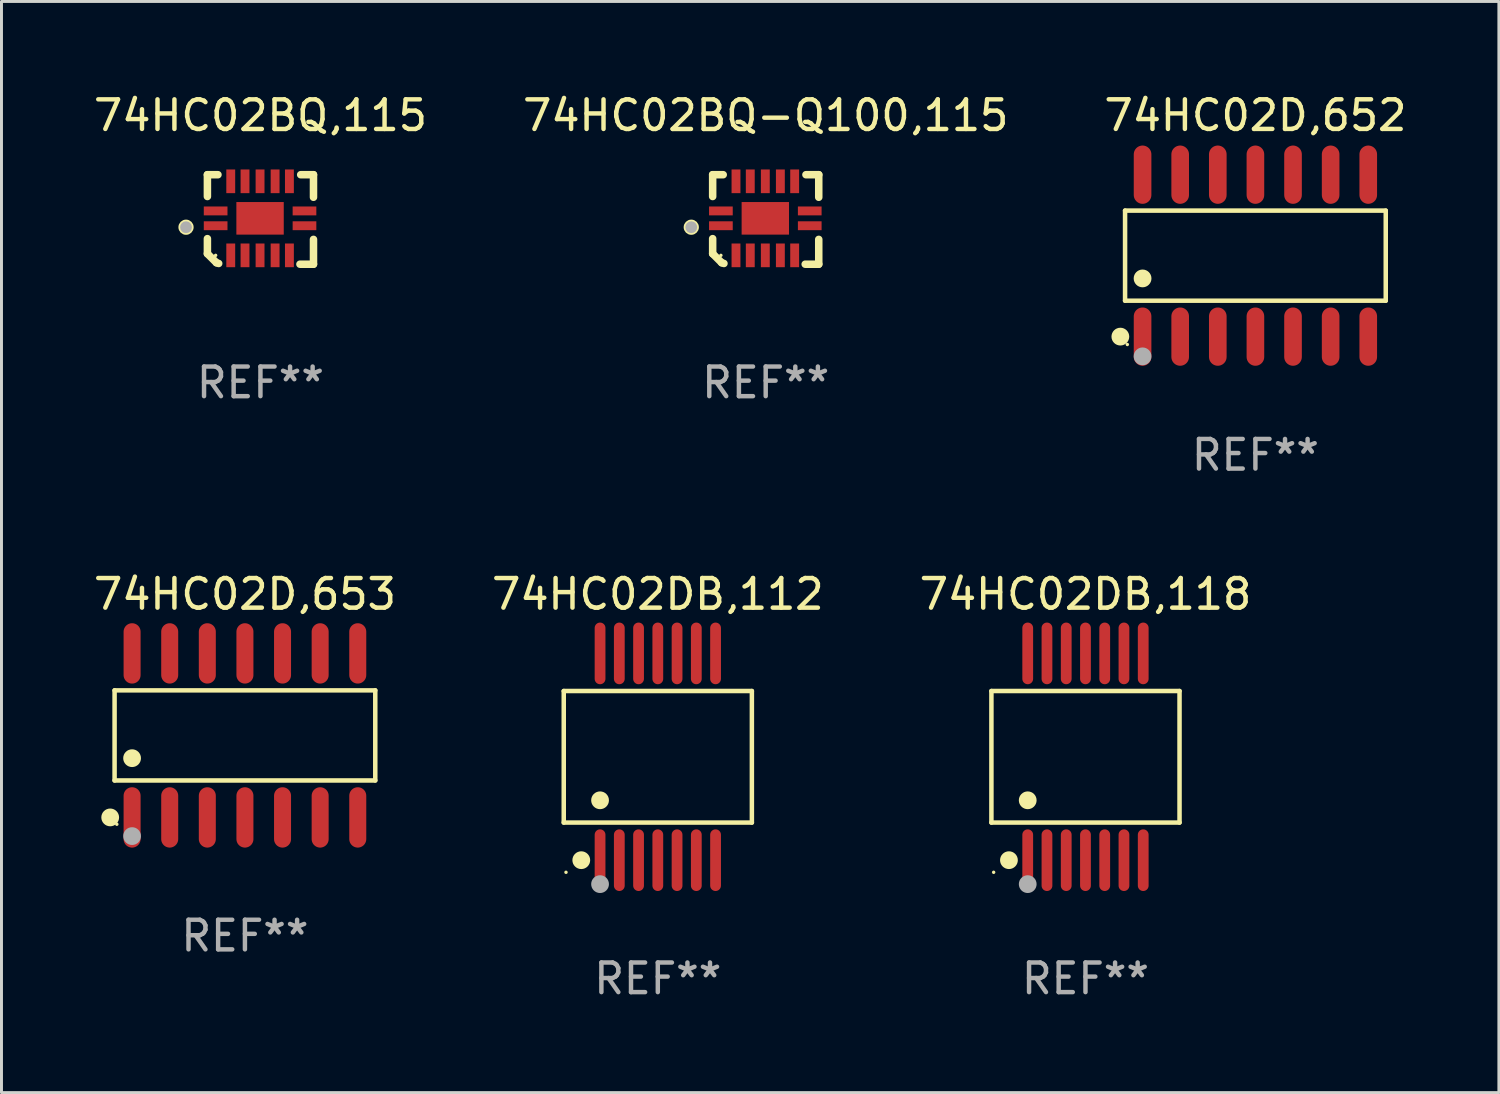
<source format=kicad_pcb>
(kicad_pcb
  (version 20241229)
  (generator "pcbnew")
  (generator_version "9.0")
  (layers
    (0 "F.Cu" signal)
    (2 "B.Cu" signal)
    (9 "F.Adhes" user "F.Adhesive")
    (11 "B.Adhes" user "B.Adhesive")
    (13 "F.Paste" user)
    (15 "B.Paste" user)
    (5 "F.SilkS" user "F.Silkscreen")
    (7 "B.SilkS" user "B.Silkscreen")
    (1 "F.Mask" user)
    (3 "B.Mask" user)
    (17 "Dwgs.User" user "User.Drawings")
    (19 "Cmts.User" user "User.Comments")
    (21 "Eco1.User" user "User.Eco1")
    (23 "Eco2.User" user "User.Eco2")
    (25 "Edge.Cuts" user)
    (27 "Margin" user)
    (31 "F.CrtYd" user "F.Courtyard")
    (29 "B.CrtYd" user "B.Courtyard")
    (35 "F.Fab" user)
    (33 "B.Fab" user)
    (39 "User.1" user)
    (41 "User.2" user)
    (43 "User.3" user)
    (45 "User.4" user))
  (footprint "74HC02D,653"
    (layer "F.Cu")
    (at 5.22 21.781)
    (property "Reference" "74HC02D,653" (at 0 -4.769 0) (layer "F.SilkS") (effects (font (size 1 1) (thickness 0.15))))
    (attr through_hole)
    (fp_line (start -4.401 -1.521) (end 4.401 -1.521) (stroke (width 0.152) (type solid)) (layer "F.SilkS"))
    (fp_line (start -4.401 1.521) (end -4.401 -1.521) (stroke (width 0.152) (type solid)) (layer "F.SilkS"))
    (fp_line (start 4.401 -1.521) (end 4.401 1.521) (stroke (width 0.152) (type solid)) (layer "F.SilkS"))
    (fp_line (start 4.401 1.521) (end -4.401 1.521) (stroke (width 0.152) (type solid)) (layer "F.SilkS"))
    (fp_circle (center -4.549 2.769) (end -4.399 2.769) (stroke (width 0.3) (type solid)) (fill no) (layer "F.SilkS"))
    (fp_circle (center -4.325 3) (end -4.295 3) (stroke (width 0.06) (type solid)) (fill no) (layer "F.SilkS"))
    (fp_circle (center -3.81 0.769) (end -3.66 0.769) (stroke (width 0.3) (type solid)) (fill no) (layer "F.SilkS"))
    (fp_circle (center -3.81 3.4) (end -3.66 3.4) (stroke (width 0.3) (type solid)) (fill no) (layer "F.Fab"))
    (fp_text user "REF**" (at 0 6.769 0) (layer "F.Fab") (effects (font (size 1 1) (thickness 0.15))))
    (pad "1" smd oval (at -3.81 2.769) (size 0.574 2.038) (layers "F.Cu" "F.Mask" "F.Paste"))
    (pad "2" smd oval (at -2.54 2.769) (size 0.574 2.038) (layers "F.Cu" "F.Mask" "F.Paste"))
    (pad "3" smd oval (at -1.27 2.769) (size 0.574 2.038) (layers "F.Cu" "F.Mask" "F.Paste"))
    (pad "4" smd oval (at 0 2.769) (size 0.574 2.038) (layers "F.Cu" "F.Mask" "F.Paste"))
    (pad "5" smd oval (at 1.27 2.769) (size 0.574 2.038) (layers "F.Cu" "F.Mask" "F.Paste"))
    (pad "6" smd oval (at 2.54 2.769) (size 0.574 2.038) (layers "F.Cu" "F.Mask" "F.Paste"))
    (pad "7" smd oval (at 3.81 2.769) (size 0.574 2.038) (layers "F.Cu" "F.Mask" "F.Paste"))
    (pad "8" smd oval (at 3.81 -2.769) (size 0.574 2.038) (layers "F.Cu" "F.Mask" "F.Paste"))
    (pad "9" smd oval (at 2.54 -2.769) (size 0.574 2.038) (layers "F.Cu" "F.Mask" "F.Paste"))
    (pad "10" smd oval (at 1.27 -2.769) (size 0.574 2.038) (layers "F.Cu" "F.Mask" "F.Paste"))
    (pad "11" smd oval (at 0 -2.769) (size 0.574 2.038) (layers "F.Cu" "F.Mask" "F.Paste"))
    (pad "12" smd oval (at -1.27 -2.769) (size 0.574 2.038) (layers "F.Cu" "F.Mask" "F.Paste"))
    (pad "13" smd oval (at -2.54 -2.769) (size 0.574 2.038) (layers "F.Cu" "F.Mask" "F.Paste"))
    (pad "14" smd oval (at -3.81 -2.769) (size 0.574 2.038) (layers "F.Cu" "F.Mask" "F.Paste")))
  (footprint "74HC02D,652"
    (layer "F.Cu")
    (at 39.339 5.582)
    (property "Reference" "74HC02D,652" (at 0 -4.734 0) (layer "F.SilkS") (effects (font (size 1 1) (thickness 0.15))))
    (attr through_hole)
    (fp_line (start -4.401 -1.521) (end 4.401 -1.521) (stroke (width 0.152) (type solid)) (layer "F.SilkS"))
    (fp_line (start -4.401 1.521) (end -4.401 -1.521) (stroke (width 0.152) (type solid)) (layer "F.SilkS"))
    (fp_line (start 4.401 -1.521) (end 4.401 1.521) (stroke (width 0.152) (type solid)) (layer "F.SilkS"))
    (fp_line (start 4.401 1.521) (end -4.401 1.521) (stroke (width 0.152) (type solid)) (layer "F.SilkS"))
    (fp_circle (center -4.56 2.734) (end -4.41 2.734) (stroke (width 0.3) (type solid)) (fill no) (layer "F.SilkS"))
    (fp_circle (center -4.325 3) (end -4.295 3) (stroke (width 0.06) (type solid)) (fill no) (layer "F.SilkS"))
    (fp_circle (center -3.81 0.769) (end -3.66 0.769) (stroke (width 0.3) (type solid)) (fill no) (layer "F.SilkS"))
    (fp_circle (center -3.81 3.4) (end -3.66 3.4) (stroke (width 0.3) (type solid)) (fill no) (layer "F.Fab"))
    (fp_text user "REF**" (at 0 6.734 0) (layer "F.Fab") (effects (font (size 1 1) (thickness 0.15))))
    (pad "1" smd oval (at -3.81 2.734) (size 0.595 1.968) (layers "F.Cu" "F.Mask" "F.Paste"))
    (pad "2" smd oval (at -2.54 2.734) (size 0.595 1.968) (layers "F.Cu" "F.Mask" "F.Paste"))
    (pad "3" smd oval (at -1.27 2.734) (size 0.595 1.968) (layers "F.Cu" "F.Mask" "F.Paste"))
    (pad "4" smd oval (at 0 2.734) (size 0.595 1.968) (layers "F.Cu" "F.Mask" "F.Paste"))
    (pad "5" smd oval (at 1.27 2.734) (size 0.595 1.968) (layers "F.Cu" "F.Mask" "F.Paste"))
    (pad "6" smd oval (at 2.54 2.734) (size 0.595 1.968) (layers "F.Cu" "F.Mask" "F.Paste"))
    (pad "7" smd oval (at 3.81 2.734) (size 0.595 1.968) (layers "F.Cu" "F.Mask" "F.Paste"))
    (pad "8" smd oval (at 3.81 -2.734) (size 0.595 1.968) (layers "F.Cu" "F.Mask" "F.Paste"))
    (pad "9" smd oval (at 2.54 -2.734) (size 0.595 1.968) (layers "F.Cu" "F.Mask" "F.Paste"))
    (pad "10" smd oval (at 1.27 -2.734) (size 0.595 1.968) (layers "F.Cu" "F.Mask" "F.Paste"))
    (pad "11" smd oval (at 0 -2.734) (size 0.595 1.968) (layers "F.Cu" "F.Mask" "F.Paste"))
    (pad "12" smd oval (at -1.27 -2.734) (size 0.595 1.968) (layers "F.Cu" "F.Mask" "F.Paste"))
    (pad "13" smd oval (at -2.54 -2.734) (size 0.595 1.968) (layers "F.Cu" "F.Mask" "F.Paste"))
    (pad "14" smd oval (at -3.81 -2.734) (size 0.595 1.968) (layers "F.Cu" "F.Mask" "F.Paste")))
  (footprint "74HC02BQ-Q100,115"
    (layer "F.Cu")
    (at 22.804 4.36)
    (property "Reference" "74HC02BQ-Q100,115" (at 0 -3.511 0) (layer "F.SilkS") (effects (font (size 1 1) (thickness 0.15))))
    (attr through_hole)
    (fp_line (start -1.791 -1.511) (end -1.435 -1.511) (stroke (width 0.254) (type solid)) (layer "F.SilkS"))
    (fp_line (start -1.791 -0.775) (end -1.791 -1.511) (stroke (width 0.254) (type solid)) (layer "F.SilkS"))
    (fp_line (start -1.791 1.156) (end -1.791 0.648) (stroke (width 0.254) (type solid)) (layer "F.SilkS"))
    (fp_line (start -1.486 1.461) (end -1.791 1.156) (stroke (width 0.254) (type solid)) (layer "F.SilkS"))
    (fp_line (start -1.41 1.486) (end -1.486 1.461) (stroke (width 0.254) (type solid)) (layer "F.SilkS"))
    (fp_line (start 1.334 1.511) (end 1.791 1.511) (stroke (width 0.254) (type solid)) (layer "F.SilkS"))
    (fp_line (start 1.791 -1.511) (end 1.359 -1.511) (stroke (width 0.254) (type solid)) (layer "F.SilkS"))
    (fp_line (start 1.791 -0.749) (end 1.791 -1.511) (stroke (width 0.254) (type solid)) (layer "F.SilkS"))
    (fp_line (start 1.791 1.511) (end 1.791 0.673) (stroke (width 0.254) (type solid)) (layer "F.SilkS"))
    (fp_circle (center -2.513 0.262) (end -2.383 0.262) (stroke (width 0.254) (type solid)) (fill no) (layer "F.SilkS"))
    (fp_circle (center -1.513 1.212) (end -1.483 1.212) (stroke (width 0.06) (type solid)) (fill no) (layer "F.SilkS"))
    (fp_circle (center -2.513 0.262) (end -2.413 0.262) (stroke (width 0.2) (type solid)) (fill no) (layer "F.Fab"))
    (fp_text user "REF**" (at 0 5.511 0) (layer "F.Fab") (effects (font (size 1 1) (thickness 0.15))))
    (pad "1" smd rect (at -1.513 0.212) (size 0.8 0.3) (layers "F.Cu" "F.Mask" "F.Paste"))
    (pad "2" smd rect (at -1.003 1.212) (size 0.3 0.8) (layers "F.Cu" "F.Mask" "F.Paste"))
    (pad "3" smd rect (at -0.521 1.212) (size 0.3 0.8) (layers "F.Cu" "F.Mask" "F.Paste"))
    (pad "4" smd rect (at -0.013 1.212) (size 0.3 0.8) (layers "F.Cu" "F.Mask" "F.Paste"))
    (pad "5" smd rect (at 0.495 1.212) (size 0.3 0.8) (layers "F.Cu" "F.Mask" "F.Paste"))
    (pad "6" smd rect (at 0.978 1.212) (size 0.3 0.8) (layers "F.Cu" "F.Mask" "F.Paste"))
    (pad "7" smd rect (at 1.487 0.212) (size 0.8 0.3) (layers "F.Cu" "F.Mask" "F.Paste"))
    (pad "8" smd rect (at 1.487 -0.288) (size 0.8 0.3) (layers "F.Cu" "F.Mask" "F.Paste"))
    (pad "9" smd rect (at 0.978 -1.288) (size 0.3 0.8) (layers "F.Cu" "F.Mask" "F.Paste"))
    (pad "10" smd rect (at 0.495 -1.288) (size 0.3 0.8) (layers "F.Cu" "F.Mask" "F.Paste"))
    (pad "11" smd rect (at -0.013 -1.288) (size 0.3 0.8) (layers "F.Cu" "F.Mask" "F.Paste"))
    (pad "12" smd rect (at -0.521 -1.288) (size 0.3 0.8) (layers "F.Cu" "F.Mask" "F.Paste"))
    (pad "13" smd rect (at -1.003 -1.288) (size 0.3 0.8) (layers "F.Cu" "F.Mask" "F.Paste"))
    (pad "14" smd rect (at -1.513 -0.288) (size 0.8 0.3) (layers "F.Cu" "F.Mask" "F.Paste"))
    (pad "15" smd rect (at -0.013 -0.038 90) (size 1.1 1.6) (layers "F.Cu" "F.Mask" "F.Paste")))
  (footprint "74HC02DB,112"
    (layer "F.Cu")
    (at 19.161 22.503)
    (property "Reference" "74HC02DB,112" (at 0 -5.491 0) (layer "F.SilkS") (effects (font (size 1 1) (thickness 0.15))))
    (attr through_hole)
    (fp_line (start -3.176 -2.221) (end 3.176 -2.221) (stroke (width 0.152) (type solid)) (layer "F.SilkS"))
    (fp_line (start -3.176 2.221) (end -3.176 -2.221) (stroke (width 0.152) (type solid)) (layer "F.SilkS"))
    (fp_line (start 3.176 -2.221) (end 3.176 2.221) (stroke (width 0.152) (type solid)) (layer "F.SilkS"))
    (fp_line (start 3.176 2.221) (end -3.176 2.221) (stroke (width 0.152) (type solid)) (layer "F.SilkS"))
    (fp_circle (center -3.1 3.9) (end -3.07 3.9) (stroke (width 0.06) (type solid)) (fill no) (layer "F.SilkS"))
    (fp_circle (center -2.584 3.491) (end -2.434 3.491) (stroke (width 0.3) (type solid)) (fill no) (layer "F.SilkS"))
    (fp_circle (center -1.95 1.469) (end -1.8 1.469) (stroke (width 0.3) (type solid)) (fill no) (layer "F.SilkS"))
    (fp_circle (center -1.95 4.3) (end -1.8 4.3) (stroke (width 0.3) (type solid)) (fill no) (layer "F.Fab"))
    (fp_text user "REF**" (at 0 7.491 0) (layer "F.Fab") (effects (font (size 1 1) (thickness 0.15))))
    (pad "1" smd oval (at -1.95 3.491) (size 0.364 2.082) (layers "F.Cu" "F.Mask" "F.Paste"))
    (pad "2" smd oval (at -1.3 3.491) (size 0.364 2.082) (layers "F.Cu" "F.Mask" "F.Paste"))
    (pad "3" smd oval (at -0.65 3.491) (size 0.364 2.082) (layers "F.Cu" "F.Mask" "F.Paste"))
    (pad "4" smd oval (at 0 3.491) (size 0.364 2.082) (layers "F.Cu" "F.Mask" "F.Paste"))
    (pad "5" smd oval (at 0.65 3.491) (size 0.364 2.082) (layers "F.Cu" "F.Mask" "F.Paste"))
    (pad "6" smd oval (at 1.3 3.491) (size 0.364 2.082) (layers "F.Cu" "F.Mask" "F.Paste"))
    (pad "7" smd oval (at 1.95 3.491) (size 0.364 2.082) (layers "F.Cu" "F.Mask" "F.Paste"))
    (pad "8" smd oval (at 1.95 -3.491) (size 0.364 2.082) (layers "F.Cu" "F.Mask" "F.Paste"))
    (pad "9" smd oval (at 1.3 -3.491) (size 0.364 2.082) (layers "F.Cu" "F.Mask" "F.Paste"))
    (pad "10" smd oval (at 0.65 -3.491) (size 0.364 2.082) (layers "F.Cu" "F.Mask" "F.Paste"))
    (pad "11" smd oval (at 0 -3.491) (size 0.364 2.082) (layers "F.Cu" "F.Mask" "F.Paste"))
    (pad "12" smd oval (at -0.65 -3.491) (size 0.364 2.082) (layers "F.Cu" "F.Mask" "F.Paste"))
    (pad "13" smd oval (at -1.3 -3.491) (size 0.364 2.082) (layers "F.Cu" "F.Mask" "F.Paste"))
    (pad "14" smd oval (at -1.95 -3.491) (size 0.364 2.082) (layers "F.Cu" "F.Mask" "F.Paste")))
  (footprint "74HC02BQ,115"
    (layer "F.Cu")
    (at 5.744 4.36)
    (property "Reference" "74HC02BQ,115" (at 0 -3.511 0) (layer "F.SilkS") (effects (font (size 1 1) (thickness 0.15))))
    (attr through_hole)
    (fp_line (start -1.791 -1.511) (end -1.435 -1.511) (stroke (width 0.254) (type solid)) (layer "F.SilkS"))
    (fp_line (start -1.791 -0.775) (end -1.791 -1.511) (stroke (width 0.254) (type solid)) (layer "F.SilkS"))
    (fp_line (start -1.791 1.156) (end -1.791 0.648) (stroke (width 0.254) (type solid)) (layer "F.SilkS"))
    (fp_line (start -1.486 1.461) (end -1.791 1.156) (stroke (width 0.254) (type solid)) (layer "F.SilkS"))
    (fp_line (start -1.41 1.486) (end -1.486 1.461) (stroke (width 0.254) (type solid)) (layer "F.SilkS"))
    (fp_line (start 1.334 1.511) (end 1.791 1.511) (stroke (width 0.254) (type solid)) (layer "F.SilkS"))
    (fp_line (start 1.791 -1.511) (end 1.359 -1.511) (stroke (width 0.254) (type solid)) (layer "F.SilkS"))
    (fp_line (start 1.791 -0.749) (end 1.791 -1.511) (stroke (width 0.254) (type solid)) (layer "F.SilkS"))
    (fp_line (start 1.791 1.511) (end 1.791 0.673) (stroke (width 0.254) (type solid)) (layer "F.SilkS"))
    (fp_circle (center -2.513 0.262) (end -2.383 0.262) (stroke (width 0.254) (type solid)) (fill no) (layer "F.SilkS"))
    (fp_circle (center -1.513 1.212) (end -1.483 1.212) (stroke (width 0.06) (type solid)) (fill no) (layer "F.SilkS"))
    (fp_circle (center -2.513 0.262) (end -2.413 0.262) (stroke (width 0.2) (type solid)) (fill no) (layer "F.Fab"))
    (fp_text user "REF**" (at 0 5.511 0) (layer "F.Fab") (effects (font (size 1 1) (thickness 0.15))))
    (pad "1" smd rect (at -1.513 0.212) (size 0.8 0.3) (layers "F.Cu" "F.Mask" "F.Paste"))
    (pad "2" smd rect (at -1.003 1.212) (size 0.3 0.8) (layers "F.Cu" "F.Mask" "F.Paste"))
    (pad "3" smd rect (at -0.521 1.212) (size 0.3 0.8) (layers "F.Cu" "F.Mask" "F.Paste"))
    (pad "4" smd rect (at -0.013 1.212) (size 0.3 0.8) (layers "F.Cu" "F.Mask" "F.Paste"))
    (pad "5" smd rect (at 0.495 1.212) (size 0.3 0.8) (layers "F.Cu" "F.Mask" "F.Paste"))
    (pad "6" smd rect (at 0.978 1.212) (size 0.3 0.8) (layers "F.Cu" "F.Mask" "F.Paste"))
    (pad "7" smd rect (at 1.487 0.212) (size 0.8 0.3) (layers "F.Cu" "F.Mask" "F.Paste"))
    (pad "8" smd rect (at 1.487 -0.288) (size 0.8 0.3) (layers "F.Cu" "F.Mask" "F.Paste"))
    (pad "9" smd rect (at 0.978 -1.288) (size 0.3 0.8) (layers "F.Cu" "F.Mask" "F.Paste"))
    (pad "10" smd rect (at 0.495 -1.288) (size 0.3 0.8) (layers "F.Cu" "F.Mask" "F.Paste"))
    (pad "11" smd rect (at -0.013 -1.288) (size 0.3 0.8) (layers "F.Cu" "F.Mask" "F.Paste"))
    (pad "12" smd rect (at -0.521 -1.288) (size 0.3 0.8) (layers "F.Cu" "F.Mask" "F.Paste"))
    (pad "13" smd rect (at -1.003 -1.288) (size 0.3 0.8) (layers "F.Cu" "F.Mask" "F.Paste"))
    (pad "14" smd rect (at -1.513 -0.288) (size 0.8 0.3) (layers "F.Cu" "F.Mask" "F.Paste"))
    (pad "15" smd rect (at -0.013 -0.038 90) (size 1.1 1.6) (layers "F.Cu" "F.Mask" "F.Paste")))
  (footprint "74HC02DB,118"
    (layer "F.Cu")
    (at 33.601 22.503)
    (property "Reference" "74HC02DB,118" (at 0 -5.491 0) (layer "F.SilkS") (effects (font (size 1 1) (thickness 0.15))))
    (attr through_hole)
    (fp_line (start -3.176 -2.221) (end 3.176 -2.221) (stroke (width 0.152) (type solid)) (layer "F.SilkS"))
    (fp_line (start -3.176 2.221) (end -3.176 -2.221) (stroke (width 0.152) (type solid)) (layer "F.SilkS"))
    (fp_line (start 3.176 -2.221) (end 3.176 2.221) (stroke (width 0.152) (type solid)) (layer "F.SilkS"))
    (fp_line (start 3.176 2.221) (end -3.176 2.221) (stroke (width 0.152) (type solid)) (layer "F.SilkS"))
    (fp_circle (center -3.1 3.9) (end -3.07 3.9) (stroke (width 0.06) (type solid)) (fill no) (layer "F.SilkS"))
    (fp_circle (center -2.584 3.491) (end -2.434 3.491) (stroke (width 0.3) (type solid)) (fill no) (layer "F.SilkS"))
    (fp_circle (center -1.95 1.469) (end -1.8 1.469) (stroke (width 0.3) (type solid)) (fill no) (layer "F.SilkS"))
    (fp_circle (center -1.95 4.3) (end -1.8 4.3) (stroke (width 0.3) (type solid)) (fill no) (layer "F.Fab"))
    (fp_text user "REF**" (at 0 7.491 0) (layer "F.Fab") (effects (font (size 1 1) (thickness 0.15))))
    (pad "1" smd oval (at -1.95 3.491) (size 0.364 2.082) (layers "F.Cu" "F.Mask" "F.Paste"))
    (pad "2" smd oval (at -1.3 3.491) (size 0.364 2.082) (layers "F.Cu" "F.Mask" "F.Paste"))
    (pad "3" smd oval (at -0.65 3.491) (size 0.364 2.082) (layers "F.Cu" "F.Mask" "F.Paste"))
    (pad "4" smd oval (at 0 3.491) (size 0.364 2.082) (layers "F.Cu" "F.Mask" "F.Paste"))
    (pad "5" smd oval (at 0.65 3.491) (size 0.364 2.082) (layers "F.Cu" "F.Mask" "F.Paste"))
    (pad "6" smd oval (at 1.3 3.491) (size 0.364 2.082) (layers "F.Cu" "F.Mask" "F.Paste"))
    (pad "7" smd oval (at 1.95 3.491) (size 0.364 2.082) (layers "F.Cu" "F.Mask" "F.Paste"))
    (pad "8" smd oval (at 1.95 -3.491) (size 0.364 2.082) (layers "F.Cu" "F.Mask" "F.Paste"))
    (pad "9" smd oval (at 1.3 -3.491) (size 0.364 2.082) (layers "F.Cu" "F.Mask" "F.Paste"))
    (pad "10" smd oval (at 0.65 -3.491) (size 0.364 2.082) (layers "F.Cu" "F.Mask" "F.Paste"))
    (pad "11" smd oval (at 0 -3.491) (size 0.364 2.082) (layers "F.Cu" "F.Mask" "F.Paste"))
    (pad "12" smd oval (at -0.65 -3.491) (size 0.364 2.082) (layers "F.Cu" "F.Mask" "F.Paste"))
    (pad "13" smd oval (at -1.3 -3.491) (size 0.364 2.082) (layers "F.Cu" "F.Mask" "F.Paste"))
    (pad "14" smd oval (at -1.95 -3.491) (size 0.364 2.082) (layers "F.Cu" "F.Mask" "F.Paste")))
  (gr_rect
    (start -3 -3)
    (end 47.56 33.843)
    (stroke (width 0.1) (type default))
    (fill no)
    (layer "Edge.Cuts")))
</source>
